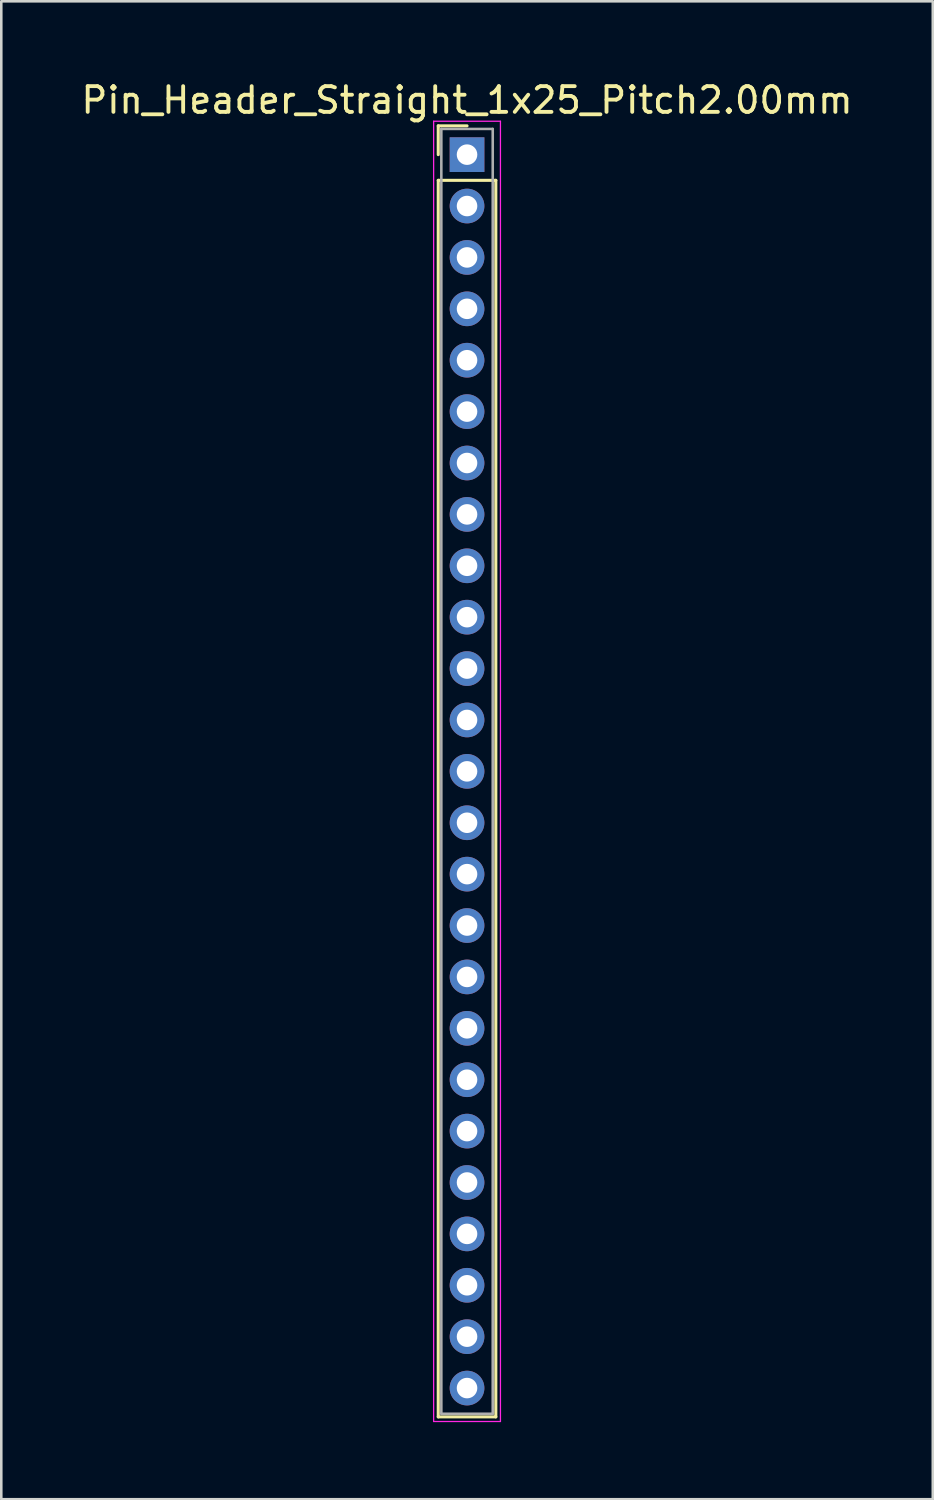
<source format=kicad_pcb>
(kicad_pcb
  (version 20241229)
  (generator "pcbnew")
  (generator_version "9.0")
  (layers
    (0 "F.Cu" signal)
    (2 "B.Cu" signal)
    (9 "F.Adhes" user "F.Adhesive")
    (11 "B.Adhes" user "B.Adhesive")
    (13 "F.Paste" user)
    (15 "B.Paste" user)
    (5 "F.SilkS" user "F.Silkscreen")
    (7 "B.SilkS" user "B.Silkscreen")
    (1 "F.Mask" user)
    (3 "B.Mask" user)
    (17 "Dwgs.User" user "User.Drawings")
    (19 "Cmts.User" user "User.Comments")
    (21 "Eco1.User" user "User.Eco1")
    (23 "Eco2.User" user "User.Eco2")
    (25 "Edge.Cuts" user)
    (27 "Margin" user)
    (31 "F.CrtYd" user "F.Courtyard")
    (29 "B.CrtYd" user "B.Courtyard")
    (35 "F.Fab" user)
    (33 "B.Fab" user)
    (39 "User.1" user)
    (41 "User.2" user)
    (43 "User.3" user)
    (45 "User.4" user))
  (footprint "Pin_Header_Straight_1x25_Pitch2.00mm"
    (layer "F.Cu")
    (at 15.125 2.968)
    (property "Reference" "Pin_Header_Straight_1x25_Pitch2.00mm" (at 0 -2.12 0) (layer "F.SilkS") (effects (font (size 1 1) (thickness 0.15))))
    (attr through_hole)
    (fp_line (start -1.12 -1.12) (end 0 -1.12) (stroke (width 0.12) (type solid)) (layer "F.SilkS"))
    (fp_line (start -1.12 0) (end -1.12 -1.12) (stroke (width 0.12) (type solid)) (layer "F.SilkS"))
    (fp_line (start -1.12 1) (end -1.12 49.12) (stroke (width 0.12) (type solid)) (layer "F.SilkS"))
    (fp_line (start -1.12 49.12) (end 1.12 49.12) (stroke (width 0.12) (type solid)) (layer "F.SilkS"))
    (fp_line (start 1.12 1) (end -1.12 1) (stroke (width 0.12) (type solid)) (layer "F.SilkS"))
    (fp_line (start 1.12 49.12) (end 1.12 1) (stroke (width 0.12) (type solid)) (layer "F.SilkS"))
    (fp_line (start -1.3 -1.3) (end -1.3 49.3) (stroke (width 0.05) (type solid)) (layer "F.CrtYd"))
    (fp_line (start -1.3 49.3) (end 1.3 49.3) (stroke (width 0.05) (type solid)) (layer "F.CrtYd"))
    (fp_line (start 1.3 -1.3) (end -1.3 -1.3) (stroke (width 0.05) (type solid)) (layer "F.CrtYd"))
    (fp_line (start 1.3 49.3) (end 1.3 -1.3) (stroke (width 0.05) (type solid)) (layer "F.CrtYd"))
    (fp_line (start -1 -1) (end -1 49) (stroke (width 0.1) (type solid)) (layer "F.Fab"))
    (fp_line (start -1 49) (end 1 49) (stroke (width 0.1) (type solid)) (layer "F.Fab"))
    (fp_line (start 1 -1) (end -1 -1) (stroke (width 0.1) (type solid)) (layer "F.Fab"))
    (fp_line (start 1 49) (end 1 -1) (stroke (width 0.1) (type solid)) (layer "F.Fab"))
    (pad "1" thru_hole rect (at 0 0) (size 1.35 1.35) (drill 0.8) (layers "*.Cu" "*.Mask"))
    (pad "2" thru_hole oval (at 0 2) (size 1.35 1.35) (drill 0.8) (layers "*.Cu" "*.Mask"))
    (pad "3" thru_hole oval (at 0 4) (size 1.35 1.35) (drill 0.8) (layers "*.Cu" "*.Mask"))
    (pad "4" thru_hole oval (at 0 6) (size 1.35 1.35) (drill 0.8) (layers "*.Cu" "*.Mask"))
    (pad "5" thru_hole oval (at 0 8) (size 1.35 1.35) (drill 0.8) (layers "*.Cu" "*.Mask"))
    (pad "6" thru_hole oval (at 0 10) (size 1.35 1.35) (drill 0.8) (layers "*.Cu" "*.Mask"))
    (pad "7" thru_hole oval (at 0 12) (size 1.35 1.35) (drill 0.8) (layers "*.Cu" "*.Mask"))
    (pad "8" thru_hole oval (at 0 14) (size 1.35 1.35) (drill 0.8) (layers "*.Cu" "*.Mask"))
    (pad "9" thru_hole oval (at 0 16) (size 1.35 1.35) (drill 0.8) (layers "*.Cu" "*.Mask"))
    (pad "10" thru_hole oval (at 0 18) (size 1.35 1.35) (drill 0.8) (layers "*.Cu" "*.Mask"))
    (pad "11" thru_hole oval (at 0 20) (size 1.35 1.35) (drill 0.8) (layers "*.Cu" "*.Mask"))
    (pad "12" thru_hole oval (at 0 22) (size 1.35 1.35) (drill 0.8) (layers "*.Cu" "*.Mask"))
    (pad "13" thru_hole oval (at 0 24) (size 1.35 1.35) (drill 0.8) (layers "*.Cu" "*.Mask"))
    (pad "14" thru_hole oval (at 0 26) (size 1.35 1.35) (drill 0.8) (layers "*.Cu" "*.Mask"))
    (pad "15" thru_hole oval (at 0 28) (size 1.35 1.35) (drill 0.8) (layers "*.Cu" "*.Mask"))
    (pad "16" thru_hole oval (at 0 30) (size 1.35 1.35) (drill 0.8) (layers "*.Cu" "*.Mask"))
    (pad "17" thru_hole oval (at 0 32) (size 1.35 1.35) (drill 0.8) (layers "*.Cu" "*.Mask"))
    (pad "18" thru_hole oval (at 0 34) (size 1.35 1.35) (drill 0.8) (layers "*.Cu" "*.Mask"))
    (pad "19" thru_hole oval (at 0 36) (size 1.35 1.35) (drill 0.8) (layers "*.Cu" "*.Mask"))
    (pad "20" thru_hole oval (at 0 38) (size 1.35 1.35) (drill 0.8) (layers "*.Cu" "*.Mask"))
    (pad "21" thru_hole oval (at 0 40) (size 1.35 1.35) (drill 0.8) (layers "*.Cu" "*.Mask"))
    (pad "22" thru_hole oval (at 0 42) (size 1.35 1.35) (drill 0.8) (layers "*.Cu" "*.Mask"))
    (pad "23" thru_hole oval (at 0 44) (size 1.35 1.35) (drill 0.8) (layers "*.Cu" "*.Mask"))
    (pad "24" thru_hole oval (at 0 46) (size 1.35 1.35) (drill 0.8) (layers "*.Cu" "*.Mask"))
    (pad "25" thru_hole oval (at 0 48) (size 1.35 1.35) (drill 0.8) (layers "*.Cu" "*.Mask")))
  (gr_rect
    (start -3 -3)
    (end 33.25 55.293)
    (stroke (width 0.1) (type default))
    (fill no)
    (layer "Edge.Cuts")))
</source>
